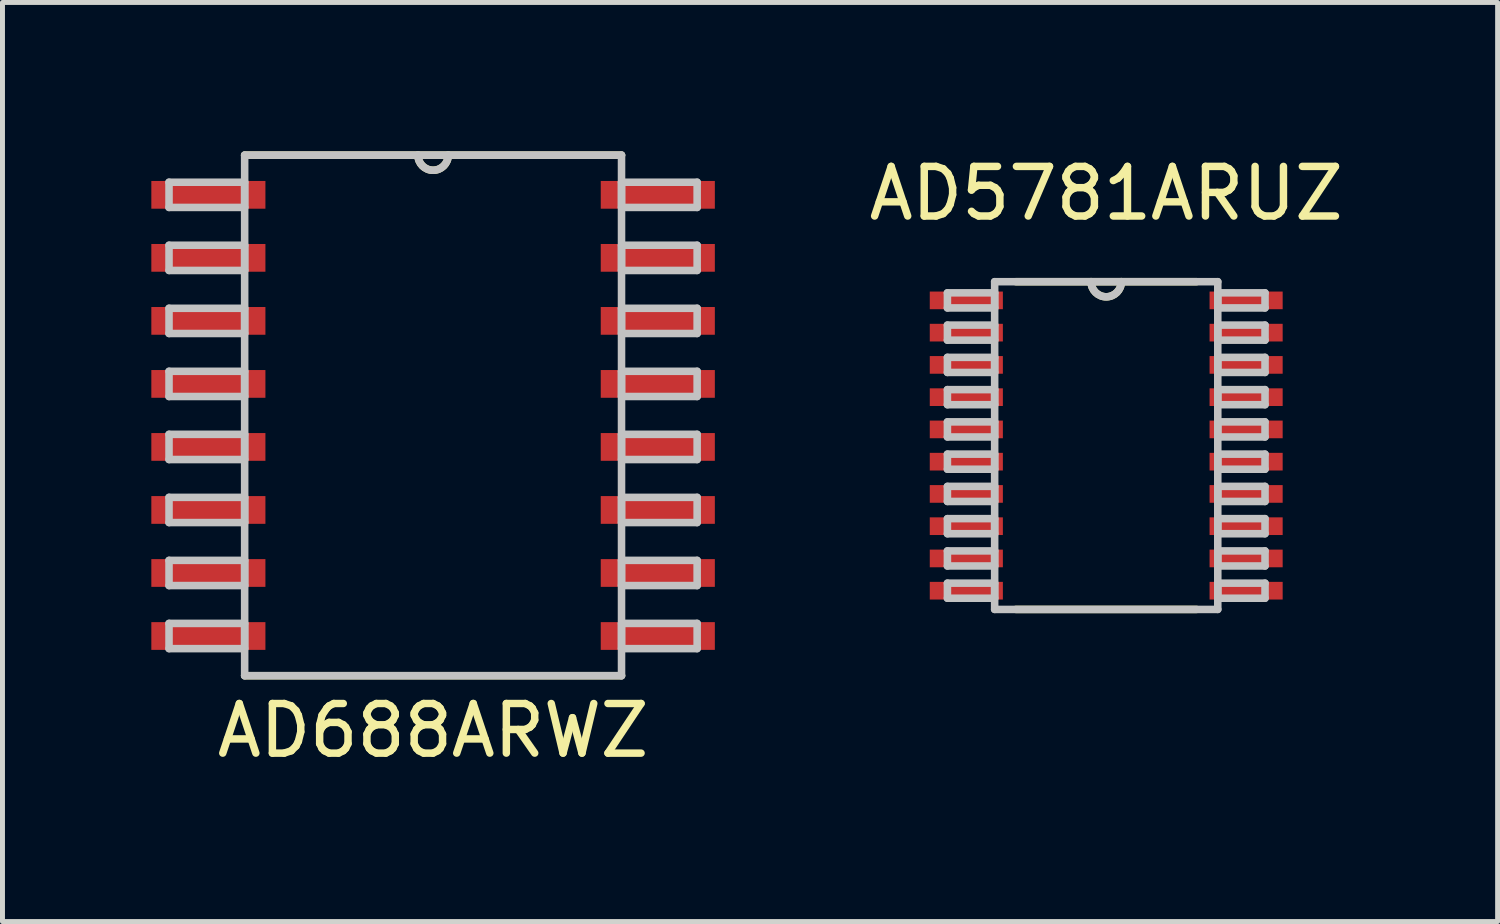
<source format=kicad_pcb>
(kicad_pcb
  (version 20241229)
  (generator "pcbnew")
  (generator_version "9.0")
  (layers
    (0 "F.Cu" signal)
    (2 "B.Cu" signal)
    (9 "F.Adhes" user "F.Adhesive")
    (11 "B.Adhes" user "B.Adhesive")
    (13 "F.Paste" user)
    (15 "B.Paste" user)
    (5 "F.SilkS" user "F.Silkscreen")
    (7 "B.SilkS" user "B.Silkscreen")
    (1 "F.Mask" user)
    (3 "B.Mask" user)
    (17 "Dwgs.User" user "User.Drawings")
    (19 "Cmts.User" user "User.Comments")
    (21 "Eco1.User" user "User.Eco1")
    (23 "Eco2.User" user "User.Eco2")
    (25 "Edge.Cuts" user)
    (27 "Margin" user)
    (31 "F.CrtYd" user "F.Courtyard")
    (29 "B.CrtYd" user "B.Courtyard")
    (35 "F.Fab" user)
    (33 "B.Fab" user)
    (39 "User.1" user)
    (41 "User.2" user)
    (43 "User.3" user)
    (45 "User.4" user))
  (footprint "AD688ARWZ"
    (layer "F.Cu")
    (at 5.677 5.321)
    (property "Reference" "AD688ARWZ" (at 0 6.35 0) (layer "F.SilkS") (effects (font (size 1 1) (thickness 0.15))))
    (attr through_hole)
    (fp_line (start -3.797 5.245) (end 3.797 5.245) (stroke (width 0.152) (type solid)) (layer "F.SilkS"))
    (fp_line (start 3.797 -5.245) (end -3.797 -5.245) (stroke (width 0.152) (type solid)) (layer "F.SilkS"))
    (fp_arc (start 0.3048 -5.2451) (mid 0 -4.9403) (end -0.3048 -5.2451) (stroke (width 0.1524) (type solid)) (layer "F.SilkS"))
    (fp_line (start -5.321 -4.699) (end -5.321 -4.191) (stroke (width 0.152) (type solid)) (layer "Dwgs.User"))
    (fp_line (start -5.321 -4.191) (end -3.797 -4.191) (stroke (width 0.152) (type solid)) (layer "Dwgs.User"))
    (fp_line (start -5.321 -3.429) (end -5.321 -2.921) (stroke (width 0.152) (type solid)) (layer "Dwgs.User"))
    (fp_line (start -5.321 -2.921) (end -3.797 -2.921) (stroke (width 0.152) (type solid)) (layer "Dwgs.User"))
    (fp_line (start -5.321 -2.159) (end -5.321 -1.651) (stroke (width 0.152) (type solid)) (layer "Dwgs.User"))
    (fp_line (start -5.321 -1.651) (end -3.797 -1.651) (stroke (width 0.152) (type solid)) (layer "Dwgs.User"))
    (fp_line (start -5.321 -0.889) (end -5.321 -0.381) (stroke (width 0.152) (type solid)) (layer "Dwgs.User"))
    (fp_line (start -5.321 -0.381) (end -3.797 -0.381) (stroke (width 0.152) (type solid)) (layer "Dwgs.User"))
    (fp_line (start -5.321 0.381) (end -5.321 0.889) (stroke (width 0.152) (type solid)) (layer "Dwgs.User"))
    (fp_line (start -5.321 0.889) (end -3.797 0.889) (stroke (width 0.152) (type solid)) (layer "Dwgs.User"))
    (fp_line (start -5.321 1.651) (end -5.321 2.159) (stroke (width 0.152) (type solid)) (layer "Dwgs.User"))
    (fp_line (start -5.321 2.159) (end -3.797 2.159) (stroke (width 0.152) (type solid)) (layer "Dwgs.User"))
    (fp_line (start -5.321 2.921) (end -5.321 3.429) (stroke (width 0.152) (type solid)) (layer "Dwgs.User"))
    (fp_line (start -5.321 3.429) (end -3.797 3.429) (stroke (width 0.152) (type solid)) (layer "Dwgs.User"))
    (fp_line (start -5.321 4.191) (end -5.321 4.699) (stroke (width 0.152) (type solid)) (layer "Dwgs.User"))
    (fp_line (start -5.321 4.699) (end -3.797 4.699) (stroke (width 0.152) (type solid)) (layer "Dwgs.User"))
    (fp_line (start -3.797 -5.245) (end -3.797 5.245) (stroke (width 0.152) (type solid)) (layer "Dwgs.User"))
    (fp_line (start -3.797 -4.699) (end -5.321 -4.699) (stroke (width 0.152) (type solid)) (layer "Dwgs.User"))
    (fp_line (start -3.797 -4.191) (end -3.797 -4.699) (stroke (width 0.152) (type solid)) (layer "Dwgs.User"))
    (fp_line (start -3.797 -3.429) (end -5.321 -3.429) (stroke (width 0.152) (type solid)) (layer "Dwgs.User"))
    (fp_line (start -3.797 -2.921) (end -3.797 -3.429) (stroke (width 0.152) (type solid)) (layer "Dwgs.User"))
    (fp_line (start -3.797 -2.159) (end -5.321 -2.159) (stroke (width 0.152) (type solid)) (layer "Dwgs.User"))
    (fp_line (start -3.797 -1.651) (end -3.797 -2.159) (stroke (width 0.152) (type solid)) (layer "Dwgs.User"))
    (fp_line (start -3.797 -0.889) (end -5.321 -0.889) (stroke (width 0.152) (type solid)) (layer "Dwgs.User"))
    (fp_line (start -3.797 -0.381) (end -3.797 -0.889) (stroke (width 0.152) (type solid)) (layer "Dwgs.User"))
    (fp_line (start -3.797 0.381) (end -5.321 0.381) (stroke (width 0.152) (type solid)) (layer "Dwgs.User"))
    (fp_line (start -3.797 0.889) (end -3.797 0.381) (stroke (width 0.152) (type solid)) (layer "Dwgs.User"))
    (fp_line (start -3.797 1.651) (end -5.321 1.651) (stroke (width 0.152) (type solid)) (layer "Dwgs.User"))
    (fp_line (start -3.797 2.159) (end -3.797 1.651) (stroke (width 0.152) (type solid)) (layer "Dwgs.User"))
    (fp_line (start -3.797 2.921) (end -5.321 2.921) (stroke (width 0.152) (type solid)) (layer "Dwgs.User"))
    (fp_line (start -3.797 3.429) (end -3.797 2.921) (stroke (width 0.152) (type solid)) (layer "Dwgs.User"))
    (fp_line (start -3.797 4.191) (end -5.321 4.191) (stroke (width 0.152) (type solid)) (layer "Dwgs.User"))
    (fp_line (start -3.797 4.699) (end -3.797 4.191) (stroke (width 0.152) (type solid)) (layer "Dwgs.User"))
    (fp_line (start -3.797 5.245) (end 3.797 5.245) (stroke (width 0.152) (type solid)) (layer "Dwgs.User"))
    (fp_line (start 3.797 -5.245) (end -3.797 -5.245) (stroke (width 0.152) (type solid)) (layer "Dwgs.User"))
    (fp_line (start 3.797 -4.699) (end 3.797 -4.191) (stroke (width 0.152) (type solid)) (layer "Dwgs.User"))
    (fp_line (start 3.797 -4.191) (end 5.321 -4.191) (stroke (width 0.152) (type solid)) (layer "Dwgs.User"))
    (fp_line (start 3.797 -3.429) (end 3.797 -2.921) (stroke (width 0.152) (type solid)) (layer "Dwgs.User"))
    (fp_line (start 3.797 -2.921) (end 5.321 -2.921) (stroke (width 0.152) (type solid)) (layer "Dwgs.User"))
    (fp_line (start 3.797 -2.159) (end 3.797 -1.651) (stroke (width 0.152) (type solid)) (layer "Dwgs.User"))
    (fp_line (start 3.797 -1.651) (end 5.321 -1.651) (stroke (width 0.152) (type solid)) (layer "Dwgs.User"))
    (fp_line (start 3.797 -0.889) (end 3.797 -0.381) (stroke (width 0.152) (type solid)) (layer "Dwgs.User"))
    (fp_line (start 3.797 -0.381) (end 5.321 -0.381) (stroke (width 0.152) (type solid)) (layer "Dwgs.User"))
    (fp_line (start 3.797 0.381) (end 3.797 0.889) (stroke (width 0.152) (type solid)) (layer "Dwgs.User"))
    (fp_line (start 3.797 0.889) (end 5.321 0.889) (stroke (width 0.152) (type solid)) (layer "Dwgs.User"))
    (fp_line (start 3.797 1.651) (end 3.797 2.159) (stroke (width 0.152) (type solid)) (layer "Dwgs.User"))
    (fp_line (start 3.797 2.159) (end 5.321 2.159) (stroke (width 0.152) (type solid)) (layer "Dwgs.User"))
    (fp_line (start 3.797 2.921) (end 3.797 3.429) (stroke (width 0.152) (type solid)) (layer "Dwgs.User"))
    (fp_line (start 3.797 3.429) (end 5.321 3.429) (stroke (width 0.152) (type solid)) (layer "Dwgs.User"))
    (fp_line (start 3.797 4.191) (end 3.797 4.699) (stroke (width 0.152) (type solid)) (layer "Dwgs.User"))
    (fp_line (start 3.797 4.699) (end 5.321 4.699) (stroke (width 0.152) (type solid)) (layer "Dwgs.User"))
    (fp_line (start 3.797 5.245) (end 3.797 -5.245) (stroke (width 0.152) (type solid)) (layer "Dwgs.User"))
    (fp_line (start 5.321 -4.699) (end 3.797 -4.699) (stroke (width 0.152) (type solid)) (layer "Dwgs.User"))
    (fp_line (start 5.321 -4.191) (end 5.321 -4.699) (stroke (width 0.152) (type solid)) (layer "Dwgs.User"))
    (fp_line (start 5.321 -3.429) (end 3.797 -3.429) (stroke (width 0.152) (type solid)) (layer "Dwgs.User"))
    (fp_line (start 5.321 -2.921) (end 5.321 -3.429) (stroke (width 0.152) (type solid)) (layer "Dwgs.User"))
    (fp_line (start 5.321 -2.159) (end 3.797 -2.159) (stroke (width 0.152) (type solid)) (layer "Dwgs.User"))
    (fp_line (start 5.321 -1.651) (end 5.321 -2.159) (stroke (width 0.152) (type solid)) (layer "Dwgs.User"))
    (fp_line (start 5.321 -0.889) (end 3.797 -0.889) (stroke (width 0.152) (type solid)) (layer "Dwgs.User"))
    (fp_line (start 5.321 -0.381) (end 5.321 -0.889) (stroke (width 0.152) (type solid)) (layer "Dwgs.User"))
    (fp_line (start 5.321 0.381) (end 3.797 0.381) (stroke (width 0.152) (type solid)) (layer "Dwgs.User"))
    (fp_line (start 5.321 0.889) (end 5.321 0.381) (stroke (width 0.152) (type solid)) (layer "Dwgs.User"))
    (fp_line (start 5.321 1.651) (end 3.797 1.651) (stroke (width 0.152) (type solid)) (layer "Dwgs.User"))
    (fp_line (start 5.321 2.159) (end 5.321 1.651) (stroke (width 0.152) (type solid)) (layer "Dwgs.User"))
    (fp_line (start 5.321 2.921) (end 3.797 2.921) (stroke (width 0.152) (type solid)) (layer "Dwgs.User"))
    (fp_line (start 5.321 3.429) (end 5.321 2.921) (stroke (width 0.152) (type solid)) (layer "Dwgs.User"))
    (fp_line (start 5.321 4.191) (end 3.797 4.191) (stroke (width 0.152) (type solid)) (layer "Dwgs.User"))
    (fp_line (start 5.321 4.699) (end 5.321 4.191) (stroke (width 0.152) (type solid)) (layer "Dwgs.User"))
    (fp_arc (start 0.3048 -5.2451) (mid 0 -4.9403) (end -0.3048 -5.2451) (stroke (width 0.1524) (type solid)) (layer "Dwgs.User"))
    (pad "1" smd rect (at -4.528 -4.445) (size 2.299 0.559) (layers "F.Cu" "F.Mask" "F.Paste"))
    (pad "2" smd rect (at -4.528 -3.175) (size 2.299 0.559) (layers "F.Cu" "F.Mask" "F.Paste"))
    (pad "3" smd rect (at -4.528 -1.905) (size 2.299 0.559) (layers "F.Cu" "F.Mask" "F.Paste"))
    (pad "4" smd rect (at -4.528 -0.635) (size 2.299 0.559) (layers "F.Cu" "F.Mask" "F.Paste"))
    (pad "5" smd rect (at -4.528 0.635) (size 2.299 0.559) (layers "F.Cu" "F.Mask" "F.Paste"))
    (pad "6" smd rect (at -4.528 1.905) (size 2.299 0.559) (layers "F.Cu" "F.Mask" "F.Paste"))
    (pad "7" smd rect (at -4.528 3.175) (size 2.299 0.559) (layers "F.Cu" "F.Mask" "F.Paste"))
    (pad "8" smd rect (at -4.528 4.445) (size 2.299 0.559) (layers "F.Cu" "F.Mask" "F.Paste"))
    (pad "9" smd rect (at 4.528 4.445) (size 2.299 0.559) (layers "F.Cu" "F.Mask" "F.Paste"))
    (pad "10" smd rect (at 4.528 3.175) (size 2.299 0.559) (layers "F.Cu" "F.Mask" "F.Paste"))
    (pad "11" smd rect (at 4.528 1.905) (size 2.299 0.559) (layers "F.Cu" "F.Mask" "F.Paste"))
    (pad "12" smd rect (at 4.528 0.635) (size 2.299 0.559) (layers "F.Cu" "F.Mask" "F.Paste"))
    (pad "13" smd rect (at 4.528 -0.635) (size 2.299 0.559) (layers "F.Cu" "F.Mask" "F.Paste"))
    (pad "14" smd rect (at 4.528 -1.905) (size 2.299 0.559) (layers "F.Cu" "F.Mask" "F.Paste"))
    (pad "15" smd rect (at 4.528 -3.175) (size 2.299 0.559) (layers "F.Cu" "F.Mask" "F.Paste"))
    (pad "16" smd rect (at 4.528 -4.445) (size 2.299 0.559) (layers "F.Cu" "F.Mask" "F.Paste")))
  (footprint "AD5781ARUZ"
    (layer "F.Cu")
    (at 19.241 5.928)
    (property "Reference" "AD5781ARUZ" (at 0 -5.08 0) (layer "F.SilkS") (effects (font (size 1 1) (thickness 0.15))))
    (attr through_hole)
    (fp_line (start -1.819 3.302) (end 1.819 3.302) (stroke (width 0.152) (type solid)) (layer "F.SilkS"))
    (fp_line (start 1.819 -3.302) (end -1.819 -3.302) (stroke (width 0.152) (type solid)) (layer "F.SilkS"))
    (fp_arc (start 0.3048 -3.302) (mid 0 -2.9972) (end -0.3048 -3.302) (stroke (width 0.1524) (type solid)) (layer "F.SilkS"))
    (fp_line (start -3.2 -3.077) (end -3.2 -2.773) (stroke (width 0.152) (type solid)) (layer "Dwgs.User"))
    (fp_line (start -3.2 -2.773) (end -2.248 -2.773) (stroke (width 0.152) (type solid)) (layer "Dwgs.User"))
    (fp_line (start -3.2 -2.427) (end -3.2 -2.123) (stroke (width 0.152) (type solid)) (layer "Dwgs.User"))
    (fp_line (start -3.2 -2.123) (end -2.248 -2.123) (stroke (width 0.152) (type solid)) (layer "Dwgs.User"))
    (fp_line (start -3.2 -1.777) (end -3.2 -1.473) (stroke (width 0.152) (type solid)) (layer "Dwgs.User"))
    (fp_line (start -3.2 -1.473) (end -2.248 -1.473) (stroke (width 0.152) (type solid)) (layer "Dwgs.User"))
    (fp_line (start -3.2 -1.127) (end -3.2 -0.823) (stroke (width 0.152) (type solid)) (layer "Dwgs.User"))
    (fp_line (start -3.2 -0.823) (end -2.248 -0.823) (stroke (width 0.152) (type solid)) (layer "Dwgs.User"))
    (fp_line (start -3.2 -0.477) (end -3.2 -0.173) (stroke (width 0.152) (type solid)) (layer "Dwgs.User"))
    (fp_line (start -3.2 -0.173) (end -2.248 -0.173) (stroke (width 0.152) (type solid)) (layer "Dwgs.User"))
    (fp_line (start -3.2 0.173) (end -3.2 0.477) (stroke (width 0.152) (type solid)) (layer "Dwgs.User"))
    (fp_line (start -3.2 0.477) (end -2.248 0.477) (stroke (width 0.152) (type solid)) (layer "Dwgs.User"))
    (fp_line (start -3.2 0.823) (end -3.2 1.127) (stroke (width 0.152) (type solid)) (layer "Dwgs.User"))
    (fp_line (start -3.2 1.127) (end -2.248 1.127) (stroke (width 0.152) (type solid)) (layer "Dwgs.User"))
    (fp_line (start -3.2 1.473) (end -3.2 1.777) (stroke (width 0.152) (type solid)) (layer "Dwgs.User"))
    (fp_line (start -3.2 1.777) (end -2.248 1.777) (stroke (width 0.152) (type solid)) (layer "Dwgs.User"))
    (fp_line (start -3.2 2.123) (end -3.2 2.427) (stroke (width 0.152) (type solid)) (layer "Dwgs.User"))
    (fp_line (start -3.2 2.427) (end -2.248 2.427) (stroke (width 0.152) (type solid)) (layer "Dwgs.User"))
    (fp_line (start -3.2 2.773) (end -3.2 3.077) (stroke (width 0.152) (type solid)) (layer "Dwgs.User"))
    (fp_line (start -3.2 3.077) (end -2.248 3.077) (stroke (width 0.152) (type solid)) (layer "Dwgs.User"))
    (fp_line (start -2.248 -3.302) (end -2.248 3.302) (stroke (width 0.152) (type solid)) (layer "Dwgs.User"))
    (fp_line (start -2.248 -3.077) (end -3.2 -3.077) (stroke (width 0.152) (type solid)) (layer "Dwgs.User"))
    (fp_line (start -2.248 -2.773) (end -2.248 -3.077) (stroke (width 0.152) (type solid)) (layer "Dwgs.User"))
    (fp_line (start -2.248 -2.427) (end -3.2 -2.427) (stroke (width 0.152) (type solid)) (layer "Dwgs.User"))
    (fp_line (start -2.248 -2.123) (end -2.248 -2.427) (stroke (width 0.152) (type solid)) (layer "Dwgs.User"))
    (fp_line (start -2.248 -1.777) (end -3.2 -1.777) (stroke (width 0.152) (type solid)) (layer "Dwgs.User"))
    (fp_line (start -2.248 -1.473) (end -2.248 -1.777) (stroke (width 0.152) (type solid)) (layer "Dwgs.User"))
    (fp_line (start -2.248 -1.127) (end -3.2 -1.127) (stroke (width 0.152) (type solid)) (layer "Dwgs.User"))
    (fp_line (start -2.248 -0.823) (end -2.248 -1.127) (stroke (width 0.152) (type solid)) (layer "Dwgs.User"))
    (fp_line (start -2.248 -0.477) (end -3.2 -0.477) (stroke (width 0.152) (type solid)) (layer "Dwgs.User"))
    (fp_line (start -2.248 -0.173) (end -2.248 -0.477) (stroke (width 0.152) (type solid)) (layer "Dwgs.User"))
    (fp_line (start -2.248 0.173) (end -3.2 0.173) (stroke (width 0.152) (type solid)) (layer "Dwgs.User"))
    (fp_line (start -2.248 0.477) (end -2.248 0.173) (stroke (width 0.152) (type solid)) (layer "Dwgs.User"))
    (fp_line (start -2.248 0.823) (end -3.2 0.823) (stroke (width 0.152) (type solid)) (layer "Dwgs.User"))
    (fp_line (start -2.248 1.127) (end -2.248 0.823) (stroke (width 0.152) (type solid)) (layer "Dwgs.User"))
    (fp_line (start -2.248 1.473) (end -3.2 1.473) (stroke (width 0.152) (type solid)) (layer "Dwgs.User"))
    (fp_line (start -2.248 1.777) (end -2.248 1.473) (stroke (width 0.152) (type solid)) (layer "Dwgs.User"))
    (fp_line (start -2.248 2.123) (end -3.2 2.123) (stroke (width 0.152) (type solid)) (layer "Dwgs.User"))
    (fp_line (start -2.248 2.427) (end -2.248 2.123) (stroke (width 0.152) (type solid)) (layer "Dwgs.User"))
    (fp_line (start -2.248 2.773) (end -3.2 2.773) (stroke (width 0.152) (type solid)) (layer "Dwgs.User"))
    (fp_line (start -2.248 3.077) (end -2.248 2.773) (stroke (width 0.152) (type solid)) (layer "Dwgs.User"))
    (fp_line (start -2.248 3.302) (end 2.248 3.302) (stroke (width 0.152) (type solid)) (layer "Dwgs.User"))
    (fp_line (start 2.248 -3.302) (end -2.248 -3.302) (stroke (width 0.152) (type solid)) (layer "Dwgs.User"))
    (fp_line (start 2.248 -3.077) (end 2.248 -2.773) (stroke (width 0.152) (type solid)) (layer "Dwgs.User"))
    (fp_line (start 2.248 -2.773) (end 3.2 -2.773) (stroke (width 0.152) (type solid)) (layer "Dwgs.User"))
    (fp_line (start 2.248 -2.427) (end 2.248 -2.123) (stroke (width 0.152) (type solid)) (layer "Dwgs.User"))
    (fp_line (start 2.248 -2.123) (end 3.2 -2.123) (stroke (width 0.152) (type solid)) (layer "Dwgs.User"))
    (fp_line (start 2.248 -1.777) (end 2.248 -1.473) (stroke (width 0.152) (type solid)) (layer "Dwgs.User"))
    (fp_line (start 2.248 -1.473) (end 3.2 -1.473) (stroke (width 0.152) (type solid)) (layer "Dwgs.User"))
    (fp_line (start 2.248 -1.127) (end 2.248 -0.823) (stroke (width 0.152) (type solid)) (layer "Dwgs.User"))
    (fp_line (start 2.248 -0.823) (end 3.2 -0.823) (stroke (width 0.152) (type solid)) (layer "Dwgs.User"))
    (fp_line (start 2.248 -0.477) (end 2.248 -0.173) (stroke (width 0.152) (type solid)) (layer "Dwgs.User"))
    (fp_line (start 2.248 -0.173) (end 3.2 -0.173) (stroke (width 0.152) (type solid)) (layer "Dwgs.User"))
    (fp_line (start 2.248 0.173) (end 2.248 0.477) (stroke (width 0.152) (type solid)) (layer "Dwgs.User"))
    (fp_line (start 2.248 0.477) (end 3.2 0.477) (stroke (width 0.152) (type solid)) (layer "Dwgs.User"))
    (fp_line (start 2.248 0.823) (end 2.248 1.127) (stroke (width 0.152) (type solid)) (layer "Dwgs.User"))
    (fp_line (start 2.248 1.127) (end 3.2 1.127) (stroke (width 0.152) (type solid)) (layer "Dwgs.User"))
    (fp_line (start 2.248 1.473) (end 2.248 1.777) (stroke (width 0.152) (type solid)) (layer "Dwgs.User"))
    (fp_line (start 2.248 1.777) (end 3.2 1.777) (stroke (width 0.152) (type solid)) (layer "Dwgs.User"))
    (fp_line (start 2.248 2.123) (end 2.248 2.427) (stroke (width 0.152) (type solid)) (layer "Dwgs.User"))
    (fp_line (start 2.248 2.427) (end 3.2 2.427) (stroke (width 0.152) (type solid)) (layer "Dwgs.User"))
    (fp_line (start 2.248 2.773) (end 2.248 3.077) (stroke (width 0.152) (type solid)) (layer "Dwgs.User"))
    (fp_line (start 2.248 3.077) (end 3.2 3.077) (stroke (width 0.152) (type solid)) (layer "Dwgs.User"))
    (fp_line (start 2.248 3.302) (end 2.248 -3.302) (stroke (width 0.152) (type solid)) (layer "Dwgs.User"))
    (fp_line (start 3.2 -3.077) (end 2.248 -3.077) (stroke (width 0.152) (type solid)) (layer "Dwgs.User"))
    (fp_line (start 3.2 -2.773) (end 3.2 -3.077) (stroke (width 0.152) (type solid)) (layer "Dwgs.User"))
    (fp_line (start 3.2 -2.427) (end 2.248 -2.427) (stroke (width 0.152) (type solid)) (layer "Dwgs.User"))
    (fp_line (start 3.2 -2.123) (end 3.2 -2.427) (stroke (width 0.152) (type solid)) (layer "Dwgs.User"))
    (fp_line (start 3.2 -1.777) (end 2.248 -1.777) (stroke (width 0.152) (type solid)) (layer "Dwgs.User"))
    (fp_line (start 3.2 -1.473) (end 3.2 -1.777) (stroke (width 0.152) (type solid)) (layer "Dwgs.User"))
    (fp_line (start 3.2 -1.127) (end 2.248 -1.127) (stroke (width 0.152) (type solid)) (layer "Dwgs.User"))
    (fp_line (start 3.2 -0.823) (end 3.2 -1.127) (stroke (width 0.152) (type solid)) (layer "Dwgs.User"))
    (fp_line (start 3.2 -0.477) (end 2.248 -0.477) (stroke (width 0.152) (type solid)) (layer "Dwgs.User"))
    (fp_line (start 3.2 -0.173) (end 3.2 -0.477) (stroke (width 0.152) (type solid)) (layer "Dwgs.User"))
    (fp_line (start 3.2 0.173) (end 2.248 0.173) (stroke (width 0.152) (type solid)) (layer "Dwgs.User"))
    (fp_line (start 3.2 0.477) (end 3.2 0.173) (stroke (width 0.152) (type solid)) (layer "Dwgs.User"))
    (fp_line (start 3.2 0.823) (end 2.248 0.823) (stroke (width 0.152) (type solid)) (layer "Dwgs.User"))
    (fp_line (start 3.2 1.127) (end 3.2 0.823) (stroke (width 0.152) (type solid)) (layer "Dwgs.User"))
    (fp_line (start 3.2 1.473) (end 2.248 1.473) (stroke (width 0.152) (type solid)) (layer "Dwgs.User"))
    (fp_line (start 3.2 1.777) (end 3.2 1.473) (stroke (width 0.152) (type solid)) (layer "Dwgs.User"))
    (fp_line (start 3.2 2.123) (end 2.248 2.123) (stroke (width 0.152) (type solid)) (layer "Dwgs.User"))
    (fp_line (start 3.2 2.427) (end 3.2 2.123) (stroke (width 0.152) (type solid)) (layer "Dwgs.User"))
    (fp_line (start 3.2 2.773) (end 2.248 2.773) (stroke (width 0.152) (type solid)) (layer "Dwgs.User"))
    (fp_line (start 3.2 3.077) (end 3.2 2.773) (stroke (width 0.152) (type solid)) (layer "Dwgs.User"))
    (fp_arc (start 0.3048 -3.302) (mid 0 -2.9972) (end -0.3048 -3.302) (stroke (width 0.1524) (type solid)) (layer "Dwgs.User"))
    (pad "1" smd rect (at -2.819 -2.925) (size 1.473 0.356) (layers "F.Cu" "F.Mask" "F.Paste"))
    (pad "2" smd rect (at -2.819 -2.275) (size 1.473 0.356) (layers "F.Cu" "F.Mask" "F.Paste"))
    (pad "3" smd rect (at -2.819 -1.625) (size 1.473 0.356) (layers "F.Cu" "F.Mask" "F.Paste"))
    (pad "4" smd rect (at -2.819 -0.975) (size 1.473 0.356) (layers "F.Cu" "F.Mask" "F.Paste"))
    (pad "5" smd rect (at -2.819 -0.325) (size 1.473 0.356) (layers "F.Cu" "F.Mask" "F.Paste"))
    (pad "6" smd rect (at -2.819 0.325) (size 1.473 0.356) (layers "F.Cu" "F.Mask" "F.Paste"))
    (pad "7" smd rect (at -2.819 0.975) (size 1.473 0.356) (layers "F.Cu" "F.Mask" "F.Paste"))
    (pad "8" smd rect (at -2.819 1.625) (size 1.473 0.356) (layers "F.Cu" "F.Mask" "F.Paste"))
    (pad "9" smd rect (at -2.819 2.275) (size 1.473 0.356) (layers "F.Cu" "F.Mask" "F.Paste"))
    (pad "10" smd rect (at -2.819 2.925) (size 1.473 0.356) (layers "F.Cu" "F.Mask" "F.Paste"))
    (pad "11" smd rect (at 2.819 2.925) (size 1.473 0.356) (layers "F.Cu" "F.Mask" "F.Paste"))
    (pad "12" smd rect (at 2.819 2.275) (size 1.473 0.356) (layers "F.Cu" "F.Mask" "F.Paste"))
    (pad "13" smd rect (at 2.819 1.625) (size 1.473 0.356) (layers "F.Cu" "F.Mask" "F.Paste"))
    (pad "14" smd rect (at 2.819 0.975) (size 1.473 0.356) (layers "F.Cu" "F.Mask" "F.Paste"))
    (pad "15" smd rect (at 2.819 0.325) (size 1.473 0.356) (layers "F.Cu" "F.Mask" "F.Paste"))
    (pad "16" smd rect (at 2.819 -0.325) (size 1.473 0.356) (layers "F.Cu" "F.Mask" "F.Paste"))
    (pad "17" smd rect (at 2.819 -0.975) (size 1.473 0.356) (layers "F.Cu" "F.Mask" "F.Paste"))
    (pad "18" smd rect (at 2.819 -1.625) (size 1.473 0.356) (layers "F.Cu" "F.Mask" "F.Paste"))
    (pad "19" smd rect (at 2.819 -2.275) (size 1.473 0.356) (layers "F.Cu" "F.Mask" "F.Paste"))
    (pad "20" smd rect (at 2.819 -2.925) (size 1.473 0.356) (layers "F.Cu" "F.Mask" "F.Paste")))
  (gr_rect
    (start -3 -3)
    (end 27.128 15.52)
    (stroke (width 0.1) (type default))
    (fill no)
    (layer "Edge.Cuts")))
</source>
